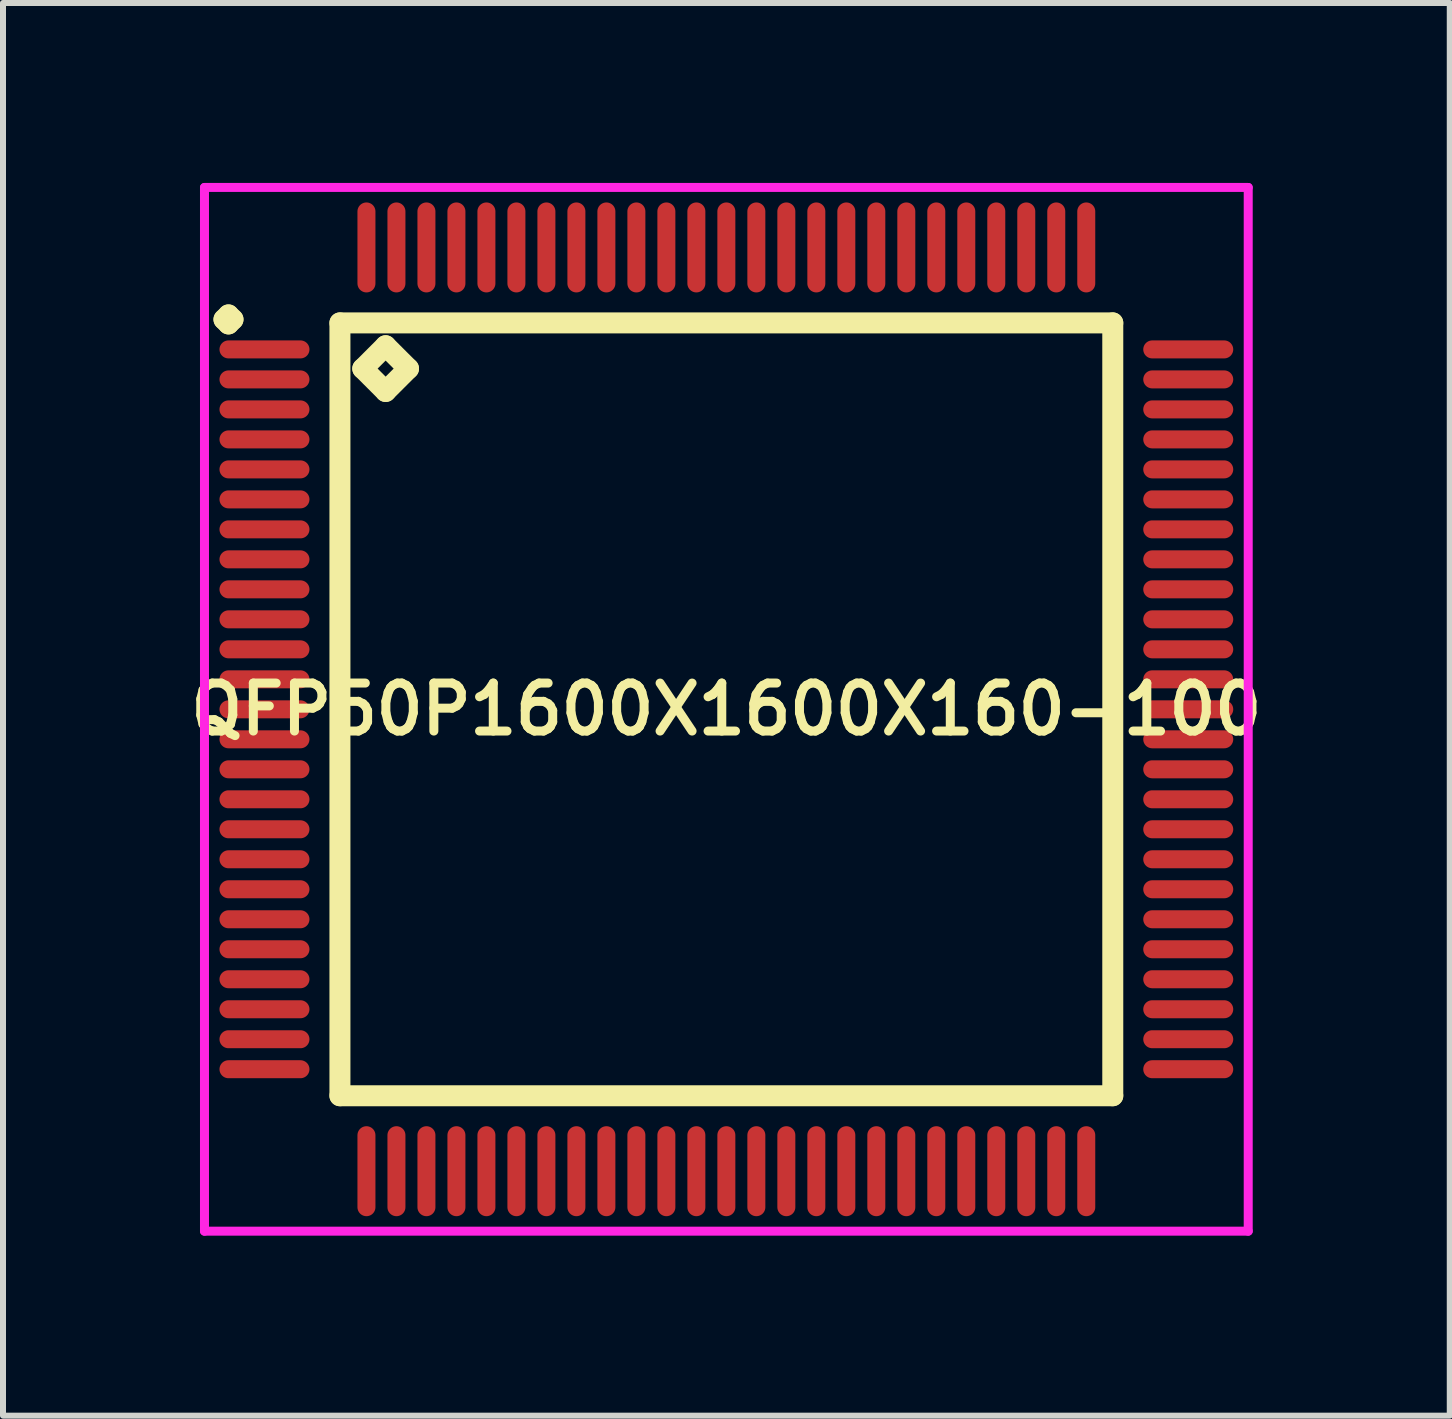
<source format=kicad_pcb>
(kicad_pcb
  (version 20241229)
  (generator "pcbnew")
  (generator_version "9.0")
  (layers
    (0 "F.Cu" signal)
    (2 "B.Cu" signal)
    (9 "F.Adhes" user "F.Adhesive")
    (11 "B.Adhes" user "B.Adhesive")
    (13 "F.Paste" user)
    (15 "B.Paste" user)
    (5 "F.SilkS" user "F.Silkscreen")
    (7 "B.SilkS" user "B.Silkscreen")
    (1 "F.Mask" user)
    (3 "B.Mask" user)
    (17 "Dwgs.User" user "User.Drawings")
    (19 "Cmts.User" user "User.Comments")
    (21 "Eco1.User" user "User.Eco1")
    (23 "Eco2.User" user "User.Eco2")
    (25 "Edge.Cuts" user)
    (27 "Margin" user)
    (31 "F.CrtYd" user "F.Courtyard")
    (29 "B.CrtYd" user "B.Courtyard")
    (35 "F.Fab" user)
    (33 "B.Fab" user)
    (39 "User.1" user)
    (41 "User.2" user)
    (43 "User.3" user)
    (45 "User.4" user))
  (footprint "QFP50P1600X1600X160-100"
    (layer "F.Cu")
    (at 9.059 8.775)
    (property "Reference" "QFP50P1600X1600X160-100" (at 0 0 0) (layer "F.SilkS") (effects (font (size 0.8 0.8) (thickness 0.15))))
    (attr smd)
    (fp_line (start -8.375 -6.5) (end -8.3 -6.575) (stroke (width 0.35) (type solid)) (layer "F.SilkS"))
    (fp_line (start -8.3 -6.575) (end -8.225 -6.5) (stroke (width 0.35) (type solid)) (layer "F.SilkS"))
    (fp_line (start -8.3 -6.425) (end -8.375 -6.5) (stroke (width 0.35) (type solid)) (layer "F.SilkS"))
    (fp_line (start -8.225 -6.5) (end -8.3 -6.425) (stroke (width 0.35) (type solid)) (layer "F.SilkS"))
    (fp_line (start -6.442 -6.442) (end -6.442 6.442) (stroke (width 0.35) (type solid)) (layer "F.SilkS"))
    (fp_line (start -6.442 6.442) (end 6.442 6.442) (stroke (width 0.35) (type solid)) (layer "F.SilkS"))
    (fp_line (start -6.061 -5.68) (end -5.68 -6.061) (stroke (width 0.35) (type solid)) (layer "F.SilkS"))
    (fp_line (start -5.68 -6.061) (end -5.299 -5.68) (stroke (width 0.35) (type solid)) (layer "F.SilkS"))
    (fp_line (start -5.68 -5.299) (end -6.061 -5.68) (stroke (width 0.35) (type solid)) (layer "F.SilkS"))
    (fp_line (start -5.299 -5.68) (end -5.68 -5.299) (stroke (width 0.35) (type solid)) (layer "F.SilkS"))
    (fp_line (start 6.442 -6.442) (end -6.442 -6.442) (stroke (width 0.35) (type solid)) (layer "F.SilkS"))
    (fp_line (start 6.442 6.442) (end 6.442 -6.442) (stroke (width 0.35) (type solid)) (layer "F.SilkS"))
    (fp_line (start -8.7 -8.7) (end 8.7 -8.7) (stroke (width 0.15) (type solid)) (layer "F.CrtYd"))
    (fp_line (start -8.7 8.7) (end -8.7 -8.7) (stroke (width 0.15) (type solid)) (layer "F.CrtYd"))
    (fp_line (start 8.7 -8.7) (end 8.7 8.7) (stroke (width 0.15) (type solid)) (layer "F.CrtYd"))
    (fp_line (start 8.7 8.7) (end -8.7 8.7) (stroke (width 0.15) (type solid)) (layer "F.CrtYd"))
    (pad "1" smd oval (at -7.7 -6) (size 1.5 0.3) (layers "F.Cu" "F.Mask" "F.Paste"))
    (pad "2" smd oval (at -7.7 -5.5) (size 1.5 0.3) (layers "F.Cu" "F.Mask" "F.Paste"))
    (pad "3" smd oval (at -7.7 -5) (size 1.5 0.3) (layers "F.Cu" "F.Mask" "F.Paste"))
    (pad "4" smd oval (at -7.7 -4.5) (size 1.5 0.3) (layers "F.Cu" "F.Mask" "F.Paste"))
    (pad "5" smd oval (at -7.7 -4) (size 1.5 0.3) (layers "F.Cu" "F.Mask" "F.Paste"))
    (pad "6" smd oval (at -7.7 -3.5) (size 1.5 0.3) (layers "F.Cu" "F.Mask" "F.Paste"))
    (pad "7" smd oval (at -7.7 -3) (size 1.5 0.3) (layers "F.Cu" "F.Mask" "F.Paste"))
    (pad "8" smd oval (at -7.7 -2.5) (size 1.5 0.3) (layers "F.Cu" "F.Mask" "F.Paste"))
    (pad "9" smd oval (at -7.7 -2) (size 1.5 0.3) (layers "F.Cu" "F.Mask" "F.Paste"))
    (pad "10" smd oval (at -7.7 -1.5) (size 1.5 0.3) (layers "F.Cu" "F.Mask" "F.Paste"))
    (pad "11" smd oval (at -7.7 -1) (size 1.5 0.3) (layers "F.Cu" "F.Mask" "F.Paste"))
    (pad "12" smd oval (at -7.7 -0.5) (size 1.5 0.3) (layers "F.Cu" "F.Mask" "F.Paste"))
    (pad "13" smd oval (at -7.7 0) (size 1.5 0.3) (layers "F.Cu" "F.Mask" "F.Paste"))
    (pad "14" smd oval (at -7.7 0.5) (size 1.5 0.3) (layers "F.Cu" "F.Mask" "F.Paste"))
    (pad "15" smd oval (at -7.7 1) (size 1.5 0.3) (layers "F.Cu" "F.Mask" "F.Paste"))
    (pad "16" smd oval (at -7.7 1.5) (size 1.5 0.3) (layers "F.Cu" "F.Mask" "F.Paste"))
    (pad "17" smd oval (at -7.7 2) (size 1.5 0.3) (layers "F.Cu" "F.Mask" "F.Paste"))
    (pad "18" smd oval (at -7.7 2.5) (size 1.5 0.3) (layers "F.Cu" "F.Mask" "F.Paste"))
    (pad "19" smd oval (at -7.7 3) (size 1.5 0.3) (layers "F.Cu" "F.Mask" "F.Paste"))
    (pad "20" smd oval (at -7.7 3.5) (size 1.5 0.3) (layers "F.Cu" "F.Mask" "F.Paste"))
    (pad "21" smd oval (at -7.7 4) (size 1.5 0.3) (layers "F.Cu" "F.Mask" "F.Paste"))
    (pad "22" smd oval (at -7.7 4.5) (size 1.5 0.3) (layers "F.Cu" "F.Mask" "F.Paste"))
    (pad "23" smd oval (at -7.7 5) (size 1.5 0.3) (layers "F.Cu" "F.Mask" "F.Paste"))
    (pad "24" smd oval (at -7.7 5.5) (size 1.5 0.3) (layers "F.Cu" "F.Mask" "F.Paste"))
    (pad "25" smd oval (at -7.7 6) (size 1.5 0.3) (layers "F.Cu" "F.Mask" "F.Paste"))
    (pad "26" smd oval (at -6 7.7) (size 0.3 1.5) (layers "F.Cu" "F.Mask" "F.Paste"))
    (pad "27" smd oval (at -5.5 7.7) (size 0.3 1.5) (layers "F.Cu" "F.Mask" "F.Paste"))
    (pad "28" smd oval (at -5 7.7) (size 0.3 1.5) (layers "F.Cu" "F.Mask" "F.Paste"))
    (pad "29" smd oval (at -4.5 7.7) (size 0.3 1.5) (layers "F.Cu" "F.Mask" "F.Paste"))
    (pad "30" smd oval (at -4 7.7) (size 0.3 1.5) (layers "F.Cu" "F.Mask" "F.Paste"))
    (pad "31" smd oval (at -3.5 7.7) (size 0.3 1.5) (layers "F.Cu" "F.Mask" "F.Paste"))
    (pad "32" smd oval (at -3 7.7) (size 0.3 1.5) (layers "F.Cu" "F.Mask" "F.Paste"))
    (pad "33" smd oval (at -2.5 7.7) (size 0.3 1.5) (layers "F.Cu" "F.Mask" "F.Paste"))
    (pad "34" smd oval (at -2 7.7) (size 0.3 1.5) (layers "F.Cu" "F.Mask" "F.Paste"))
    (pad "35" smd oval (at -1.5 7.7) (size 0.3 1.5) (layers "F.Cu" "F.Mask" "F.Paste"))
    (pad "36" smd oval (at -1 7.7) (size 0.3 1.5) (layers "F.Cu" "F.Mask" "F.Paste"))
    (pad "37" smd oval (at -0.5 7.7) (size 0.3 1.5) (layers "F.Cu" "F.Mask" "F.Paste"))
    (pad "38" smd oval (at 0 7.7) (size 0.3 1.5) (layers "F.Cu" "F.Mask" "F.Paste"))
    (pad "39" smd oval (at 0.5 7.7) (size 0.3 1.5) (layers "F.Cu" "F.Mask" "F.Paste"))
    (pad "40" smd oval (at 1 7.7) (size 0.3 1.5) (layers "F.Cu" "F.Mask" "F.Paste"))
    (pad "41" smd oval (at 1.5 7.7) (size 0.3 1.5) (layers "F.Cu" "F.Mask" "F.Paste"))
    (pad "42" smd oval (at 2 7.7) (size 0.3 1.5) (layers "F.Cu" "F.Mask" "F.Paste"))
    (pad "43" smd oval (at 2.5 7.7) (size 0.3 1.5) (layers "F.Cu" "F.Mask" "F.Paste"))
    (pad "44" smd oval (at 3 7.7) (size 0.3 1.5) (layers "F.Cu" "F.Mask" "F.Paste"))
    (pad "45" smd oval (at 3.5 7.7) (size 0.3 1.5) (layers "F.Cu" "F.Mask" "F.Paste"))
    (pad "46" smd oval (at 4 7.7) (size 0.3 1.5) (layers "F.Cu" "F.Mask" "F.Paste"))
    (pad "47" smd oval (at 4.5 7.7) (size 0.3 1.5) (layers "F.Cu" "F.Mask" "F.Paste"))
    (pad "48" smd oval (at 5 7.7) (size 0.3 1.5) (layers "F.Cu" "F.Mask" "F.Paste"))
    (pad "49" smd oval (at 5.5 7.7) (size 0.3 1.5) (layers "F.Cu" "F.Mask" "F.Paste"))
    (pad "50" smd oval (at 6 7.7) (size 0.3 1.5) (layers "F.Cu" "F.Mask" "F.Paste"))
    (pad "51" smd oval (at 7.7 6) (size 1.5 0.3) (layers "F.Cu" "F.Mask" "F.Paste"))
    (pad "52" smd oval (at 7.7 5.5) (size 1.5 0.3) (layers "F.Cu" "F.Mask" "F.Paste"))
    (pad "53" smd oval (at 7.7 5) (size 1.5 0.3) (layers "F.Cu" "F.Mask" "F.Paste"))
    (pad "54" smd oval (at 7.7 4.5) (size 1.5 0.3) (layers "F.Cu" "F.Mask" "F.Paste"))
    (pad "55" smd oval (at 7.7 4) (size 1.5 0.3) (layers "F.Cu" "F.Mask" "F.Paste"))
    (pad "56" smd oval (at 7.7 3.5) (size 1.5 0.3) (layers "F.Cu" "F.Mask" "F.Paste"))
    (pad "57" smd oval (at 7.7 3) (size 1.5 0.3) (layers "F.Cu" "F.Mask" "F.Paste"))
    (pad "58" smd oval (at 7.7 2.5) (size 1.5 0.3) (layers "F.Cu" "F.Mask" "F.Paste"))
    (pad "59" smd oval (at 7.7 2) (size 1.5 0.3) (layers "F.Cu" "F.Mask" "F.Paste"))
    (pad "60" smd oval (at 7.7 1.5) (size 1.5 0.3) (layers "F.Cu" "F.Mask" "F.Paste"))
    (pad "61" smd oval (at 7.7 1) (size 1.5 0.3) (layers "F.Cu" "F.Mask" "F.Paste"))
    (pad "62" smd oval (at 7.7 0.5) (size 1.5 0.3) (layers "F.Cu" "F.Mask" "F.Paste"))
    (pad "63" smd oval (at 7.7 0) (size 1.5 0.3) (layers "F.Cu" "F.Mask" "F.Paste"))
    (pad "64" smd oval (at 7.7 -0.5) (size 1.5 0.3) (layers "F.Cu" "F.Mask" "F.Paste"))
    (pad "65" smd oval (at 7.7 -1) (size 1.5 0.3) (layers "F.Cu" "F.Mask" "F.Paste"))
    (pad "66" smd oval (at 7.7 -1.5) (size 1.5 0.3) (layers "F.Cu" "F.Mask" "F.Paste"))
    (pad "67" smd oval (at 7.7 -2) (size 1.5 0.3) (layers "F.Cu" "F.Mask" "F.Paste"))
    (pad "68" smd oval (at 7.7 -2.5) (size 1.5 0.3) (layers "F.Cu" "F.Mask" "F.Paste"))
    (pad "69" smd oval (at 7.7 -3) (size 1.5 0.3) (layers "F.Cu" "F.Mask" "F.Paste"))
    (pad "70" smd oval (at 7.7 -3.5) (size 1.5 0.3) (layers "F.Cu" "F.Mask" "F.Paste"))
    (pad "71" smd oval (at 7.7 -4) (size 1.5 0.3) (layers "F.Cu" "F.Mask" "F.Paste"))
    (pad "72" smd oval (at 7.7 -4.5) (size 1.5 0.3) (layers "F.Cu" "F.Mask" "F.Paste"))
    (pad "73" smd oval (at 7.7 -5) (size 1.5 0.3) (layers "F.Cu" "F.Mask" "F.Paste"))
    (pad "74" smd oval (at 7.7 -5.5) (size 1.5 0.3) (layers "F.Cu" "F.Mask" "F.Paste"))
    (pad "75" smd oval (at 7.7 -6) (size 1.5 0.3) (layers "F.Cu" "F.Mask" "F.Paste"))
    (pad "76" smd oval (at 6 -7.7) (size 0.3 1.5) (layers "F.Cu" "F.Mask" "F.Paste"))
    (pad "77" smd oval (at 5.5 -7.7) (size 0.3 1.5) (layers "F.Cu" "F.Mask" "F.Paste"))
    (pad "78" smd oval (at 5 -7.7) (size 0.3 1.5) (layers "F.Cu" "F.Mask" "F.Paste"))
    (pad "79" smd oval (at 4.5 -7.7) (size 0.3 1.5) (layers "F.Cu" "F.Mask" "F.Paste"))
    (pad "80" smd oval (at 4 -7.7) (size 0.3 1.5) (layers "F.Cu" "F.Mask" "F.Paste"))
    (pad "81" smd oval (at 3.5 -7.7) (size 0.3 1.5) (layers "F.Cu" "F.Mask" "F.Paste"))
    (pad "82" smd oval (at 3 -7.7) (size 0.3 1.5) (layers "F.Cu" "F.Mask" "F.Paste"))
    (pad "83" smd oval (at 2.5 -7.7) (size 0.3 1.5) (layers "F.Cu" "F.Mask" "F.Paste"))
    (pad "84" smd oval (at 2 -7.7) (size 0.3 1.5) (layers "F.Cu" "F.Mask" "F.Paste"))
    (pad "85" smd oval (at 1.5 -7.7) (size 0.3 1.5) (layers "F.Cu" "F.Mask" "F.Paste"))
    (pad "86" smd oval (at 1 -7.7) (size 0.3 1.5) (layers "F.Cu" "F.Mask" "F.Paste"))
    (pad "87" smd oval (at 0.5 -7.7) (size 0.3 1.5) (layers "F.Cu" "F.Mask" "F.Paste"))
    (pad "88" smd oval (at 0 -7.7) (size 0.3 1.5) (layers "F.Cu" "F.Mask" "F.Paste"))
    (pad "89" smd oval (at -0.5 -7.7) (size 0.3 1.5) (layers "F.Cu" "F.Mask" "F.Paste"))
    (pad "90" smd oval (at -1 -7.7) (size 0.3 1.5) (layers "F.Cu" "F.Mask" "F.Paste"))
    (pad "91" smd oval (at -1.5 -7.7) (size 0.3 1.5) (layers "F.Cu" "F.Mask" "F.Paste"))
    (pad "92" smd oval (at -2 -7.7) (size 0.3 1.5) (layers "F.Cu" "F.Mask" "F.Paste"))
    (pad "93" smd oval (at -2.5 -7.7) (size 0.3 1.5) (layers "F.Cu" "F.Mask" "F.Paste"))
    (pad "94" smd oval (at -3 -7.7) (size 0.3 1.5) (layers "F.Cu" "F.Mask" "F.Paste"))
    (pad "95" smd oval (at -3.5 -7.7) (size 0.3 1.5) (layers "F.Cu" "F.Mask" "F.Paste"))
    (pad "96" smd oval (at -4 -7.7) (size 0.3 1.5) (layers "F.Cu" "F.Mask" "F.Paste"))
    (pad "97" smd oval (at -4.5 -7.7) (size 0.3 1.5) (layers "F.Cu" "F.Mask" "F.Paste"))
    (pad "98" smd oval (at -5 -7.7) (size 0.3 1.5) (layers "F.Cu" "F.Mask" "F.Paste"))
    (pad "99" smd oval (at -5.5 -7.7) (size 0.3 1.5) (layers "F.Cu" "F.Mask" "F.Paste"))
    (pad "100" smd oval (at -6 -7.7) (size 0.3 1.5) (layers "F.Cu" "F.Mask" "F.Paste")))
  (gr_rect
    (start -3 -3)
    (end 21.119 20.55)
    (stroke (width 0.1) (type default))
    (fill no)
    (layer "Edge.Cuts")))
</source>
